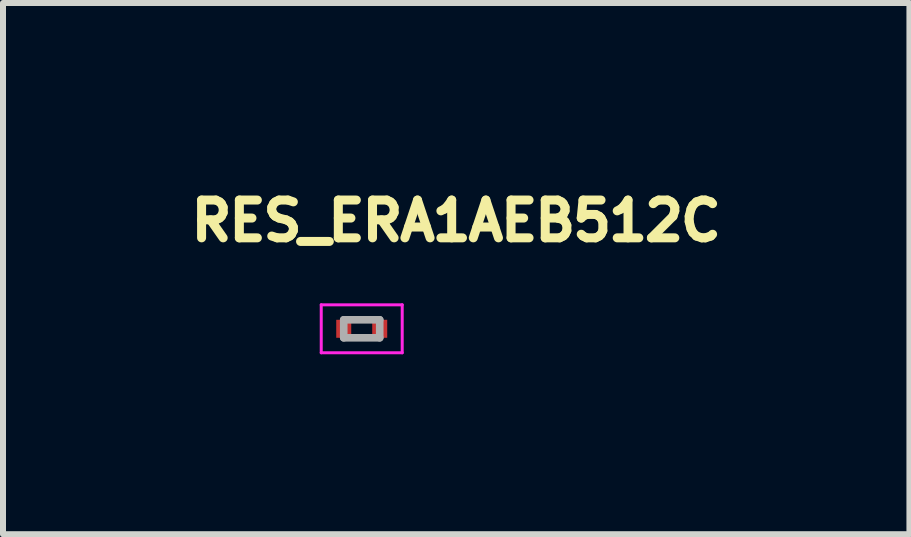
<source format=kicad_pcb>
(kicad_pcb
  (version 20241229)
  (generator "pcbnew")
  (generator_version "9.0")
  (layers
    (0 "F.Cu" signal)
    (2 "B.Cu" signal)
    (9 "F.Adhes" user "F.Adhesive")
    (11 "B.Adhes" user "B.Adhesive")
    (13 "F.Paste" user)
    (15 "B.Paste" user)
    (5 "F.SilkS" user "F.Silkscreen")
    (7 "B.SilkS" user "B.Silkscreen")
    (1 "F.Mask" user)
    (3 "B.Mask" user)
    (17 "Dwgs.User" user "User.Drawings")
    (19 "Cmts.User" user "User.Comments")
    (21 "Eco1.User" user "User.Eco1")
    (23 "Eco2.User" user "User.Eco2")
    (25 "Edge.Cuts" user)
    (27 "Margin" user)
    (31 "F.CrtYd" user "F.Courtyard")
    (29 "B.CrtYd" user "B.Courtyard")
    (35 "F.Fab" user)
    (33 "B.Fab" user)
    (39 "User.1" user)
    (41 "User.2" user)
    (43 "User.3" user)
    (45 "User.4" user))
  (footprint "RES_ERA1AEB512C"
    (layer "F.Cu")
    (at 2.981 2.432)
    (property "Reference" "RES_ERA1AEB512C" (at 1.575 -1.8 0) (layer "F.SilkS") (effects (font (size 0.63 0.63) (thickness 0.15))))
    (attr smd)
    (fp_line (start -0.675 -0.4) (end -0.675 0.4) (stroke (width 0.05) (type solid)) (layer "F.CrtYd"))
    (fp_line (start -0.675 0.4) (end 0.675 0.4) (stroke (width 0.05) (type solid)) (layer "F.CrtYd"))
    (fp_line (start 0.675 -0.4) (end -0.675 -0.4) (stroke (width 0.05) (type solid)) (layer "F.CrtYd"))
    (fp_line (start 0.675 0.4) (end 0.675 -0.4) (stroke (width 0.05) (type solid)) (layer "F.CrtYd"))
    (fp_line (start -0.3 -0.15) (end -0.3 0.15) (stroke (width 0.127) (type solid)) (layer "F.Fab"))
    (fp_line (start -0.3 -0.15) (end 0.3 -0.15) (stroke (width 0.127) (type solid)) (layer "F.Fab"))
    (fp_line (start -0.3 0.15) (end 0.3 0.15) (stroke (width 0.127) (type solid)) (layer "F.Fab"))
    (fp_line (start 0.3 -0.15) (end 0.3 0.15) (stroke (width 0.127) (type solid)) (layer "F.Fab"))
    (pad "1" smd rect (at -0.3 0) (size 0.25 0.3) (layers "F.Cu" "F.Mask" "F.Paste"))
    (pad "2" smd rect (at 0.3 0) (size 0.25 0.3) (layers "F.Cu" "F.Mask" "F.Paste")))
  (gr_rect
    (start -3 -3)
    (end 12.113 5.857)
    (stroke (width 0.1) (type default))
    (fill no)
    (layer "Edge.Cuts")))
</source>
